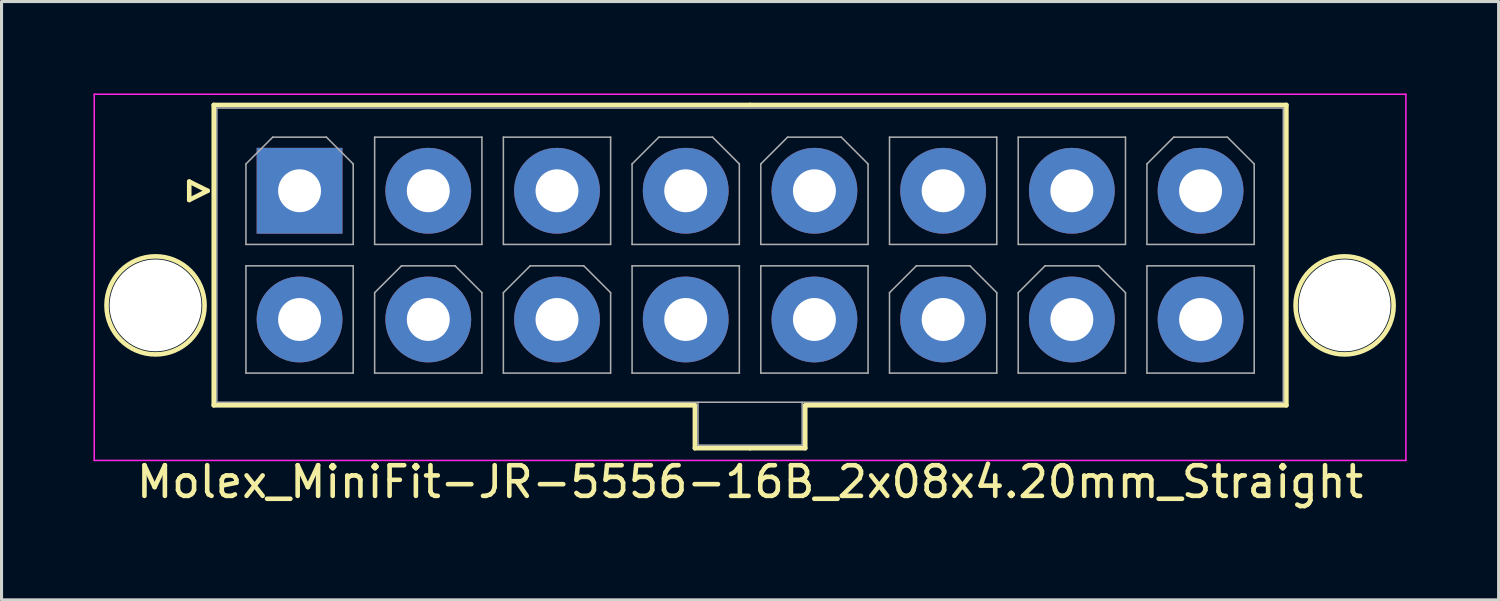
<source format=kicad_pcb>
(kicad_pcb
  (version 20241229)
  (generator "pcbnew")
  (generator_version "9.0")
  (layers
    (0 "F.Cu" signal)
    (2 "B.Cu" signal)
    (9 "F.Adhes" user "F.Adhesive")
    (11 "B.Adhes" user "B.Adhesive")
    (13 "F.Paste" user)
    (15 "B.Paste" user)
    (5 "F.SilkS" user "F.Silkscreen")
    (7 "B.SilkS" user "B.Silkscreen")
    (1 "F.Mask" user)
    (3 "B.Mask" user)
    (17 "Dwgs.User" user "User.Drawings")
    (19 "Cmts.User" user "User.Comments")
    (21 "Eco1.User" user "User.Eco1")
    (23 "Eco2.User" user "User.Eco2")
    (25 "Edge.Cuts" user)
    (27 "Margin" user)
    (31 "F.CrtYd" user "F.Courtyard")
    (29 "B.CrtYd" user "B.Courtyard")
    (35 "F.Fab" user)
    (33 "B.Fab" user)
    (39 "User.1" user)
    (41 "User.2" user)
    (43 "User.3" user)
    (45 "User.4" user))
  (footprint "Molex_MiniFit-JR-5556-16B_2x08x4.20mm_Straight"
    (layer "F.Cu")
    (at 6.725 3.175)
    (property "Reference" "Molex_MiniFit-JR-5556-16B_2x08x4.20mm_Straight" (at 14.7 9.5 0) (layer "F.SilkS") (effects (font (size 1 1) (thickness 0.15))))
    (attr through_hole)
    (fp_line (start -3.6 -0.3) (end -3 0) (stroke (width 0.15) (type solid)) (layer "F.SilkS"))
    (fp_line (start -3.6 0.3) (end -3.6 -0.3) (stroke (width 0.15) (type solid)) (layer "F.SilkS"))
    (fp_line (start -3 0) (end -3.6 0.3) (stroke (width 0.15) (type solid)) (layer "F.SilkS"))
    (fp_line (start -2.8 -2.8) (end -2.8 7) (stroke (width 0.15) (type solid)) (layer "F.SilkS"))
    (fp_line (start -2.8 7) (end 12.9 7) (stroke (width 0.15) (type solid)) (layer "F.SilkS"))
    (fp_line (start 12.9 7) (end 12.9 8.4) (stroke (width 0.15) (type solid)) (layer "F.SilkS"))
    (fp_line (start 12.9 8.4) (end 14.7 8.4) (stroke (width 0.15) (type solid)) (layer "F.SilkS"))
    (fp_line (start 14.7 -2.8) (end -2.8 -2.8) (stroke (width 0.15) (type solid)) (layer "F.SilkS"))
    (fp_line (start 14.7 -2.8) (end 32.2 -2.8) (stroke (width 0.15) (type solid)) (layer "F.SilkS"))
    (fp_line (start 16.5 7) (end 16.5 8.4) (stroke (width 0.15) (type solid)) (layer "F.SilkS"))
    (fp_line (start 16.5 8.4) (end 14.7 8.4) (stroke (width 0.15) (type solid)) (layer "F.SilkS"))
    (fp_line (start 32.2 -2.8) (end 32.2 7) (stroke (width 0.15) (type solid)) (layer "F.SilkS"))
    (fp_line (start 32.2 7) (end 16.5 7) (stroke (width 0.15) (type solid)) (layer "F.SilkS"))
    (fp_circle (center -4.7 3.74) (end -3.1 3.74) (stroke (width 0.15) (type solid)) (fill no) (layer "F.SilkS"))
    (fp_circle (center 34.1 3.74) (end 35.7 3.74) (stroke (width 0.15) (type solid)) (fill no) (layer "F.SilkS"))
    (fp_line (start -6.7 -3.15) (end -6.7 8.8) (stroke (width 0.05) (type solid)) (layer "F.CrtYd"))
    (fp_line (start -6.7 8.8) (end 36.1 8.8) (stroke (width 0.05) (type solid)) (layer "F.CrtYd"))
    (fp_line (start 36.1 -3.15) (end -6.7 -3.15) (stroke (width 0.05) (type solid)) (layer "F.CrtYd"))
    (fp_line (start 36.1 8.8) (end 36.1 -3.15) (stroke (width 0.05) (type solid)) (layer "F.CrtYd"))
    (fp_line (start -2.7 -2.7) (end -2.7 6.9) (stroke (width 0.05) (type solid)) (layer "F.Fab"))
    (fp_line (start -2.7 6.9) (end 32.1 6.9) (stroke (width 0.05) (type solid)) (layer "F.Fab"))
    (fp_line (start -1.75 -0.875) (end -0.875 -1.75) (stroke (width 0.05) (type solid)) (layer "F.Fab"))
    (fp_line (start -1.75 1.75) (end -1.75 -0.875) (stroke (width 0.05) (type solid)) (layer "F.Fab"))
    (fp_line (start -1.75 2.45) (end -1.75 5.95) (stroke (width 0.05) (type solid)) (layer "F.Fab"))
    (fp_line (start -1.75 5.95) (end 1.75 5.95) (stroke (width 0.05) (type solid)) (layer "F.Fab"))
    (fp_line (start -0.875 -1.75) (end 0.875 -1.75) (stroke (width 0.05) (type solid)) (layer "F.Fab"))
    (fp_line (start 0.875 -1.75) (end 1.75 -0.875) (stroke (width 0.05) (type solid)) (layer "F.Fab"))
    (fp_line (start 1.75 -0.875) (end 1.75 1.75) (stroke (width 0.05) (type solid)) (layer "F.Fab"))
    (fp_line (start 1.75 1.75) (end -1.75 1.75) (stroke (width 0.05) (type solid)) (layer "F.Fab"))
    (fp_line (start 1.75 2.45) (end -1.75 2.45) (stroke (width 0.05) (type solid)) (layer "F.Fab"))
    (fp_line (start 1.75 5.95) (end 1.75 2.45) (stroke (width 0.05) (type solid)) (layer "F.Fab"))
    (fp_line (start 2.45 -1.75) (end 2.45 1.75) (stroke (width 0.05) (type solid)) (layer "F.Fab"))
    (fp_line (start 2.45 1.75) (end 5.95 1.75) (stroke (width 0.05) (type solid)) (layer "F.Fab"))
    (fp_line (start 2.45 3.325) (end 3.325 2.45) (stroke (width 0.05) (type solid)) (layer "F.Fab"))
    (fp_line (start 2.45 5.95) (end 2.45 3.325) (stroke (width 0.05) (type solid)) (layer "F.Fab"))
    (fp_line (start 3.325 2.45) (end 5.075 2.45) (stroke (width 0.05) (type solid)) (layer "F.Fab"))
    (fp_line (start 5.075 2.45) (end 5.95 3.325) (stroke (width 0.05) (type solid)) (layer "F.Fab"))
    (fp_line (start 5.95 -1.75) (end 2.45 -1.75) (stroke (width 0.05) (type solid)) (layer "F.Fab"))
    (fp_line (start 5.95 1.75) (end 5.95 -1.75) (stroke (width 0.05) (type solid)) (layer "F.Fab"))
    (fp_line (start 5.95 3.325) (end 5.95 5.95) (stroke (width 0.05) (type solid)) (layer "F.Fab"))
    (fp_line (start 5.95 5.95) (end 2.45 5.95) (stroke (width 0.05) (type solid)) (layer "F.Fab"))
    (fp_line (start 6.65 -1.75) (end 6.65 1.75) (stroke (width 0.05) (type solid)) (layer "F.Fab"))
    (fp_line (start 6.65 1.75) (end 10.15 1.75) (stroke (width 0.05) (type solid)) (layer "F.Fab"))
    (fp_line (start 6.65 3.325) (end 7.525 2.45) (stroke (width 0.05) (type solid)) (layer "F.Fab"))
    (fp_line (start 6.65 5.95) (end 6.65 3.325) (stroke (width 0.05) (type solid)) (layer "F.Fab"))
    (fp_line (start 7.525 2.45) (end 9.275 2.45) (stroke (width 0.05) (type solid)) (layer "F.Fab"))
    (fp_line (start 9.275 2.45) (end 10.15 3.325) (stroke (width 0.05) (type solid)) (layer "F.Fab"))
    (fp_line (start 10.15 -1.75) (end 6.65 -1.75) (stroke (width 0.05) (type solid)) (layer "F.Fab"))
    (fp_line (start 10.15 1.75) (end 10.15 -1.75) (stroke (width 0.05) (type solid)) (layer "F.Fab"))
    (fp_line (start 10.15 3.325) (end 10.15 5.95) (stroke (width 0.05) (type solid)) (layer "F.Fab"))
    (fp_line (start 10.15 5.95) (end 6.65 5.95) (stroke (width 0.05) (type solid)) (layer "F.Fab"))
    (fp_line (start 10.85 -0.875) (end 11.725 -1.75) (stroke (width 0.05) (type solid)) (layer "F.Fab"))
    (fp_line (start 10.85 1.75) (end 10.85 -0.875) (stroke (width 0.05) (type solid)) (layer "F.Fab"))
    (fp_line (start 10.85 2.45) (end 10.85 5.95) (stroke (width 0.05) (type solid)) (layer "F.Fab"))
    (fp_line (start 10.85 5.95) (end 14.35 5.95) (stroke (width 0.05) (type solid)) (layer "F.Fab"))
    (fp_line (start 11.725 -1.75) (end 13.475 -1.75) (stroke (width 0.05) (type solid)) (layer "F.Fab"))
    (fp_line (start 13 6.9) (end 13 8.3) (stroke (width 0.05) (type solid)) (layer "F.Fab"))
    (fp_line (start 13 8.3) (end 16.4 8.3) (stroke (width 0.05) (type solid)) (layer "F.Fab"))
    (fp_line (start 13.475 -1.75) (end 14.35 -0.875) (stroke (width 0.05) (type solid)) (layer "F.Fab"))
    (fp_line (start 14.35 -0.875) (end 14.35 1.75) (stroke (width 0.05) (type solid)) (layer "F.Fab"))
    (fp_line (start 14.35 1.75) (end 10.85 1.75) (stroke (width 0.05) (type solid)) (layer "F.Fab"))
    (fp_line (start 14.35 2.45) (end 10.85 2.45) (stroke (width 0.05) (type solid)) (layer "F.Fab"))
    (fp_line (start 14.35 5.95) (end 14.35 2.45) (stroke (width 0.05) (type solid)) (layer "F.Fab"))
    (fp_line (start 15.05 -0.875) (end 15.925 -1.75) (stroke (width 0.05) (type solid)) (layer "F.Fab"))
    (fp_line (start 15.05 1.75) (end 15.05 -0.875) (stroke (width 0.05) (type solid)) (layer "F.Fab"))
    (fp_line (start 15.05 2.45) (end 15.05 5.95) (stroke (width 0.05) (type solid)) (layer "F.Fab"))
    (fp_line (start 15.05 5.95) (end 18.55 5.95) (stroke (width 0.05) (type solid)) (layer "F.Fab"))
    (fp_line (start 15.925 -1.75) (end 17.675 -1.75) (stroke (width 0.05) (type solid)) (layer "F.Fab"))
    (fp_line (start 16.4 8.3) (end 16.4 6.9) (stroke (width 0.05) (type solid)) (layer "F.Fab"))
    (fp_line (start 17.675 -1.75) (end 18.55 -0.875) (stroke (width 0.05) (type solid)) (layer "F.Fab"))
    (fp_line (start 18.55 -0.875) (end 18.55 1.75) (stroke (width 0.05) (type solid)) (layer "F.Fab"))
    (fp_line (start 18.55 1.75) (end 15.05 1.75) (stroke (width 0.05) (type solid)) (layer "F.Fab"))
    (fp_line (start 18.55 2.45) (end 15.05 2.45) (stroke (width 0.05) (type solid)) (layer "F.Fab"))
    (fp_line (start 18.55 5.95) (end 18.55 2.45) (stroke (width 0.05) (type solid)) (layer "F.Fab"))
    (fp_line (start 19.25 -1.75) (end 19.25 1.75) (stroke (width 0.05) (type solid)) (layer "F.Fab"))
    (fp_line (start 19.25 1.75) (end 22.75 1.75) (stroke (width 0.05) (type solid)) (layer "F.Fab"))
    (fp_line (start 19.25 3.325) (end 20.125 2.45) (stroke (width 0.05) (type solid)) (layer "F.Fab"))
    (fp_line (start 19.25 5.95) (end 19.25 3.325) (stroke (width 0.05) (type solid)) (layer "F.Fab"))
    (fp_line (start 20.125 2.45) (end 21.875 2.45) (stroke (width 0.05) (type solid)) (layer "F.Fab"))
    (fp_line (start 21.875 2.45) (end 22.75 3.325) (stroke (width 0.05) (type solid)) (layer "F.Fab"))
    (fp_line (start 22.75 -1.75) (end 19.25 -1.75) (stroke (width 0.05) (type solid)) (layer "F.Fab"))
    (fp_line (start 22.75 1.75) (end 22.75 -1.75) (stroke (width 0.05) (type solid)) (layer "F.Fab"))
    (fp_line (start 22.75 3.325) (end 22.75 5.95) (stroke (width 0.05) (type solid)) (layer "F.Fab"))
    (fp_line (start 22.75 5.95) (end 19.25 5.95) (stroke (width 0.05) (type solid)) (layer "F.Fab"))
    (fp_line (start 23.45 -1.75) (end 23.45 1.75) (stroke (width 0.05) (type solid)) (layer "F.Fab"))
    (fp_line (start 23.45 1.75) (end 26.95 1.75) (stroke (width 0.05) (type solid)) (layer "F.Fab"))
    (fp_line (start 23.45 3.325) (end 24.325 2.45) (stroke (width 0.05) (type solid)) (layer "F.Fab"))
    (fp_line (start 23.45 5.95) (end 23.45 3.325) (stroke (width 0.05) (type solid)) (layer "F.Fab"))
    (fp_line (start 24.325 2.45) (end 26.075 2.45) (stroke (width 0.05) (type solid)) (layer "F.Fab"))
    (fp_line (start 26.075 2.45) (end 26.95 3.325) (stroke (width 0.05) (type solid)) (layer "F.Fab"))
    (fp_line (start 26.95 -1.75) (end 23.45 -1.75) (stroke (width 0.05) (type solid)) (layer "F.Fab"))
    (fp_line (start 26.95 1.75) (end 26.95 -1.75) (stroke (width 0.05) (type solid)) (layer "F.Fab"))
    (fp_line (start 26.95 3.325) (end 26.95 5.95) (stroke (width 0.05) (type solid)) (layer "F.Fab"))
    (fp_line (start 26.95 5.95) (end 23.45 5.95) (stroke (width 0.05) (type solid)) (layer "F.Fab"))
    (fp_line (start 27.65 -0.875) (end 28.525 -1.75) (stroke (width 0.05) (type solid)) (layer "F.Fab"))
    (fp_line (start 27.65 1.75) (end 27.65 -0.875) (stroke (width 0.05) (type solid)) (layer "F.Fab"))
    (fp_line (start 27.65 2.45) (end 27.65 5.95) (stroke (width 0.05) (type solid)) (layer "F.Fab"))
    (fp_line (start 27.65 5.95) (end 31.15 5.95) (stroke (width 0.05) (type solid)) (layer "F.Fab"))
    (fp_line (start 28.525 -1.75) (end 30.275 -1.75) (stroke (width 0.05) (type solid)) (layer "F.Fab"))
    (fp_line (start 30.275 -1.75) (end 31.15 -0.875) (stroke (width 0.05) (type solid)) (layer "F.Fab"))
    (fp_line (start 31.15 -0.875) (end 31.15 1.75) (stroke (width 0.05) (type solid)) (layer "F.Fab"))
    (fp_line (start 31.15 1.75) (end 27.65 1.75) (stroke (width 0.05) (type solid)) (layer "F.Fab"))
    (fp_line (start 31.15 2.45) (end 27.65 2.45) (stroke (width 0.05) (type solid)) (layer "F.Fab"))
    (fp_line (start 31.15 5.95) (end 31.15 2.45) (stroke (width 0.05) (type solid)) (layer "F.Fab"))
    (fp_line (start 32.1 -2.7) (end -2.7 -2.7) (stroke (width 0.05) (type solid)) (layer "F.Fab"))
    (fp_line (start 32.1 6.9) (end 32.1 -2.7) (stroke (width 0.05) (type solid)) (layer "F.Fab"))
    (pad "" np_thru_hole circle (at -4.7 3.74) (size 3 3) (drill 3) (layers "*.Cu"))
    (pad "" np_thru_hole circle (at 34.1 3.74) (size 3 3) (drill 3) (layers "*.Cu"))
    (pad "1" thru_hole rect (at 0 0) (size 2.8 2.8) (drill 1.4) (layers "*.Cu" "*.Mask"))
    (pad "2" thru_hole circle (at 4.2 0) (size 2.8 2.8) (drill 1.4) (layers "*.Cu" "*.Mask"))
    (pad "3" thru_hole circle (at 8.4 0) (size 2.8 2.8) (drill 1.4) (layers "*.Cu" "*.Mask"))
    (pad "4" thru_hole circle (at 12.6 0) (size 2.8 2.8) (drill 1.4) (layers "*.Cu" "*.Mask"))
    (pad "5" thru_hole circle (at 16.8 0) (size 2.8 2.8) (drill 1.4) (layers "*.Cu" "*.Mask"))
    (pad "6" thru_hole circle (at 21 0) (size 2.8 2.8) (drill 1.4) (layers "*.Cu" "*.Mask"))
    (pad "7" thru_hole circle (at 25.2 0) (size 2.8 2.8) (drill 1.4) (layers "*.Cu" "*.Mask"))
    (pad "8" thru_hole circle (at 29.4 0) (size 2.8 2.8) (drill 1.4) (layers "*.Cu" "*.Mask"))
    (pad "9" thru_hole circle (at 0 4.2) (size 2.8 2.8) (drill 1.4) (layers "*.Cu" "*.Mask"))
    (pad "10" thru_hole circle (at 4.2 4.2) (size 2.8 2.8) (drill 1.4) (layers "*.Cu" "*.Mask"))
    (pad "11" thru_hole circle (at 8.4 4.2) (size 2.8 2.8) (drill 1.4) (layers "*.Cu" "*.Mask"))
    (pad "12" thru_hole circle (at 12.6 4.2) (size 2.8 2.8) (drill 1.4) (layers "*.Cu" "*.Mask"))
    (pad "13" thru_hole circle (at 16.8 4.2) (size 2.8 2.8) (drill 1.4) (layers "*.Cu" "*.Mask"))
    (pad "14" thru_hole circle (at 21 4.2) (size 2.8 2.8) (drill 1.4) (layers "*.Cu" "*.Mask"))
    (pad "15" thru_hole circle (at 25.2 4.2) (size 2.8 2.8) (drill 1.4) (layers "*.Cu" "*.Mask"))
    (pad "16" thru_hole circle (at 29.4 4.2) (size 2.8 2.8) (drill 1.4) (layers "*.Cu" "*.Mask")))
  (gr_rect
    (start -3 -3)
    (end 45.85 16.523)
    (stroke (width 0.1) (type default))
    (fill no)
    (layer "Edge.Cuts")))
</source>
